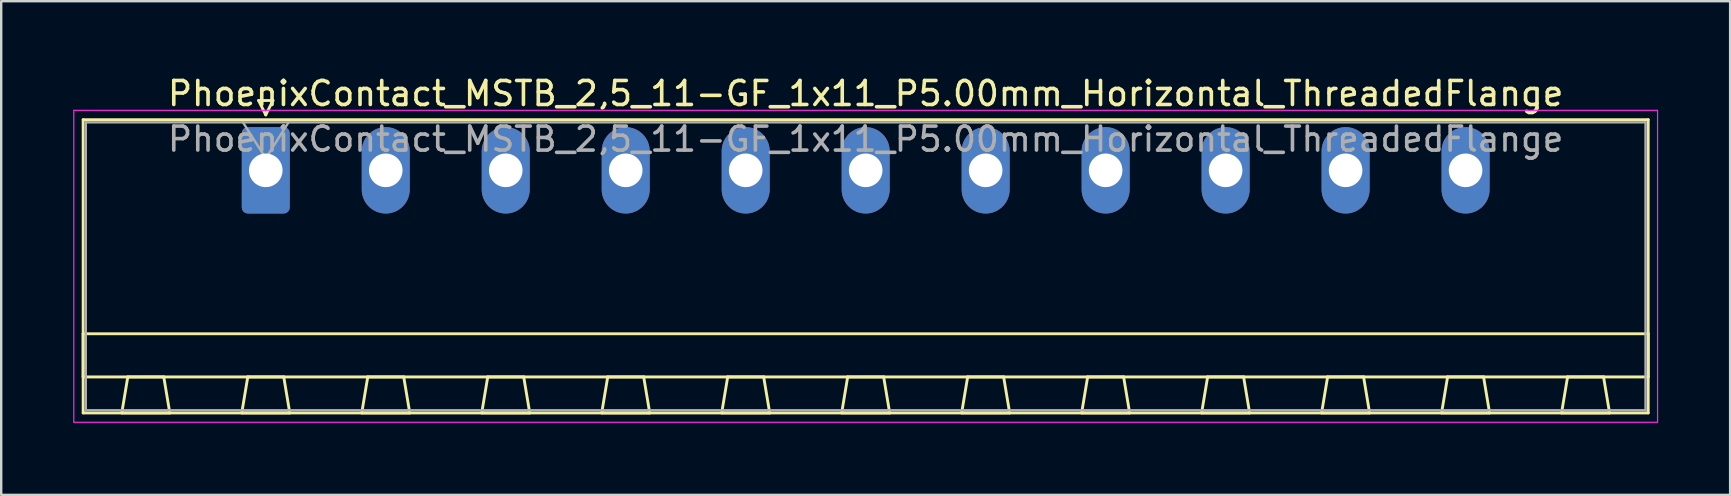
<source format=kicad_pcb>
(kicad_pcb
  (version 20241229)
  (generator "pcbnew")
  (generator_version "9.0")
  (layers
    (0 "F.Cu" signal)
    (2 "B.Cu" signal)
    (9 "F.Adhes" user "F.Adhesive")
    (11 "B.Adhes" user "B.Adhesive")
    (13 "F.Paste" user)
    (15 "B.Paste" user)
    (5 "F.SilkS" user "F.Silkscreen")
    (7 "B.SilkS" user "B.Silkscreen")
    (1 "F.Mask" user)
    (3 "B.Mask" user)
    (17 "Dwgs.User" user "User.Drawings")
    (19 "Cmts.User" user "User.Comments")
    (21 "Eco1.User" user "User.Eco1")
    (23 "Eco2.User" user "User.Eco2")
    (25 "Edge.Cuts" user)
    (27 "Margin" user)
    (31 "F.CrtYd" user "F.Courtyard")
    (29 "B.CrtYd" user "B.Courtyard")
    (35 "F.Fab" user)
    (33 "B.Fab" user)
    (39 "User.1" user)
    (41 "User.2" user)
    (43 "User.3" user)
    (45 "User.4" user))
  (footprint "PhoenixContact_MSTB_2,5_11-GF_1x11_P5.00mm_Horizontal_ThreadedFlange"
    (layer "F.Cu")
    (at 8.025 4.048)
    (property "Reference" "PhoenixContact_MSTB_2,5_11-GF_1x11_P5.00mm_Horizontal_ThreadedFlange" (at 25 -3.2 0) (layer "F.SilkS") (effects (font (size 1 1) (thickness 0.15))))
    (attr through_hole)
    (fp_line (start -7.61 -2.11) (end -7.61 10.11) (stroke (width 0.12) (type solid)) (layer "F.SilkS"))
    (fp_line (start -7.61 6.81) (end 57.61 6.81) (stroke (width 0.12) (type solid)) (layer "F.SilkS"))
    (fp_line (start -7.61 8.61) (end -7.61 6.81) (stroke (width 0.12) (type solid)) (layer "F.SilkS"))
    (fp_line (start -7.61 10.11) (end 57.61 10.11) (stroke (width 0.12) (type solid)) (layer "F.SilkS"))
    (fp_line (start -6 10.11) (end -4 10.11) (stroke (width 0.12) (type solid)) (layer "F.SilkS"))
    (fp_line (start -5.75 8.61) (end -6 10.11) (stroke (width 0.12) (type solid)) (layer "F.SilkS"))
    (fp_line (start -4.25 8.61) (end -5.75 8.61) (stroke (width 0.12) (type solid)) (layer "F.SilkS"))
    (fp_line (start -4 10.11) (end -4.25 8.61) (stroke (width 0.12) (type solid)) (layer "F.SilkS"))
    (fp_line (start -1 10.11) (end 1 10.11) (stroke (width 0.12) (type solid)) (layer "F.SilkS"))
    (fp_line (start -0.75 8.61) (end -1 10.11) (stroke (width 0.12) (type solid)) (layer "F.SilkS"))
    (fp_line (start -0.3 -2.91) (end 0.3 -2.91) (stroke (width 0.12) (type solid)) (layer "F.SilkS"))
    (fp_line (start 0 -2.31) (end -0.3 -2.91) (stroke (width 0.12) (type solid)) (layer "F.SilkS"))
    (fp_line (start 0.3 -2.91) (end 0 -2.31) (stroke (width 0.12) (type solid)) (layer "F.SilkS"))
    (fp_line (start 0.75 8.61) (end -0.75 8.61) (stroke (width 0.12) (type solid)) (layer "F.SilkS"))
    (fp_line (start 1 10.11) (end 0.75 8.61) (stroke (width 0.12) (type solid)) (layer "F.SilkS"))
    (fp_line (start 4 10.11) (end 6 10.11) (stroke (width 0.12) (type solid)) (layer "F.SilkS"))
    (fp_line (start 4.25 8.61) (end 4 10.11) (stroke (width 0.12) (type solid)) (layer "F.SilkS"))
    (fp_line (start 5.75 8.61) (end 4.25 8.61) (stroke (width 0.12) (type solid)) (layer "F.SilkS"))
    (fp_line (start 6 10.11) (end 5.75 8.61) (stroke (width 0.12) (type solid)) (layer "F.SilkS"))
    (fp_line (start 9 10.11) (end 11 10.11) (stroke (width 0.12) (type solid)) (layer "F.SilkS"))
    (fp_line (start 9.25 8.61) (end 9 10.11) (stroke (width 0.12) (type solid)) (layer "F.SilkS"))
    (fp_line (start 10.75 8.61) (end 9.25 8.61) (stroke (width 0.12) (type solid)) (layer "F.SilkS"))
    (fp_line (start 11 10.11) (end 10.75 8.61) (stroke (width 0.12) (type solid)) (layer "F.SilkS"))
    (fp_line (start 14 10.11) (end 16 10.11) (stroke (width 0.12) (type solid)) (layer "F.SilkS"))
    (fp_line (start 14.25 8.61) (end 14 10.11) (stroke (width 0.12) (type solid)) (layer "F.SilkS"))
    (fp_line (start 15.75 8.61) (end 14.25 8.61) (stroke (width 0.12) (type solid)) (layer "F.SilkS"))
    (fp_line (start 16 10.11) (end 15.75 8.61) (stroke (width 0.12) (type solid)) (layer "F.SilkS"))
    (fp_line (start 19 10.11) (end 21 10.11) (stroke (width 0.12) (type solid)) (layer "F.SilkS"))
    (fp_line (start 19.25 8.61) (end 19 10.11) (stroke (width 0.12) (type solid)) (layer "F.SilkS"))
    (fp_line (start 20.75 8.61) (end 19.25 8.61) (stroke (width 0.12) (type solid)) (layer "F.SilkS"))
    (fp_line (start 21 10.11) (end 20.75 8.61) (stroke (width 0.12) (type solid)) (layer "F.SilkS"))
    (fp_line (start 24 10.11) (end 26 10.11) (stroke (width 0.12) (type solid)) (layer "F.SilkS"))
    (fp_line (start 24.25 8.61) (end 24 10.11) (stroke (width 0.12) (type solid)) (layer "F.SilkS"))
    (fp_line (start 25.75 8.61) (end 24.25 8.61) (stroke (width 0.12) (type solid)) (layer "F.SilkS"))
    (fp_line (start 26 10.11) (end 25.75 8.61) (stroke (width 0.12) (type solid)) (layer "F.SilkS"))
    (fp_line (start 29 10.11) (end 31 10.11) (stroke (width 0.12) (type solid)) (layer "F.SilkS"))
    (fp_line (start 29.25 8.61) (end 29 10.11) (stroke (width 0.12) (type solid)) (layer "F.SilkS"))
    (fp_line (start 30.75 8.61) (end 29.25 8.61) (stroke (width 0.12) (type solid)) (layer "F.SilkS"))
    (fp_line (start 31 10.11) (end 30.75 8.61) (stroke (width 0.12) (type solid)) (layer "F.SilkS"))
    (fp_line (start 34 10.11) (end 36 10.11) (stroke (width 0.12) (type solid)) (layer "F.SilkS"))
    (fp_line (start 34.25 8.61) (end 34 10.11) (stroke (width 0.12) (type solid)) (layer "F.SilkS"))
    (fp_line (start 35.75 8.61) (end 34.25 8.61) (stroke (width 0.12) (type solid)) (layer "F.SilkS"))
    (fp_line (start 36 10.11) (end 35.75 8.61) (stroke (width 0.12) (type solid)) (layer "F.SilkS"))
    (fp_line (start 39 10.11) (end 41 10.11) (stroke (width 0.12) (type solid)) (layer "F.SilkS"))
    (fp_line (start 39.25 8.61) (end 39 10.11) (stroke (width 0.12) (type solid)) (layer "F.SilkS"))
    (fp_line (start 40.75 8.61) (end 39.25 8.61) (stroke (width 0.12) (type solid)) (layer "F.SilkS"))
    (fp_line (start 41 10.11) (end 40.75 8.61) (stroke (width 0.12) (type solid)) (layer "F.SilkS"))
    (fp_line (start 44 10.11) (end 46 10.11) (stroke (width 0.12) (type solid)) (layer "F.SilkS"))
    (fp_line (start 44.25 8.61) (end 44 10.11) (stroke (width 0.12) (type solid)) (layer "F.SilkS"))
    (fp_line (start 45.75 8.61) (end 44.25 8.61) (stroke (width 0.12) (type solid)) (layer "F.SilkS"))
    (fp_line (start 46 10.11) (end 45.75 8.61) (stroke (width 0.12) (type solid)) (layer "F.SilkS"))
    (fp_line (start 49 10.11) (end 51 10.11) (stroke (width 0.12) (type solid)) (layer "F.SilkS"))
    (fp_line (start 49.25 8.61) (end 49 10.11) (stroke (width 0.12) (type solid)) (layer "F.SilkS"))
    (fp_line (start 50.75 8.61) (end 49.25 8.61) (stroke (width 0.12) (type solid)) (layer "F.SilkS"))
    (fp_line (start 51 10.11) (end 50.75 8.61) (stroke (width 0.12) (type solid)) (layer "F.SilkS"))
    (fp_line (start 54 10.11) (end 56 10.11) (stroke (width 0.12) (type solid)) (layer "F.SilkS"))
    (fp_line (start 54.25 8.61) (end 54 10.11) (stroke (width 0.12) (type solid)) (layer "F.SilkS"))
    (fp_line (start 55.75 8.61) (end 54.25 8.61) (stroke (width 0.12) (type solid)) (layer "F.SilkS"))
    (fp_line (start 56 10.11) (end 55.75 8.61) (stroke (width 0.12) (type solid)) (layer "F.SilkS"))
    (fp_line (start 57.61 -2.11) (end -7.61 -2.11) (stroke (width 0.12) (type solid)) (layer "F.SilkS"))
    (fp_line (start 57.61 6.81) (end 57.61 8.61) (stroke (width 0.12) (type solid)) (layer "F.SilkS"))
    (fp_line (start 57.61 8.61) (end -7.61 8.61) (stroke (width 0.12) (type solid)) (layer "F.SilkS"))
    (fp_line (start 57.61 10.11) (end 57.61 -2.11) (stroke (width 0.12) (type solid)) (layer "F.SilkS"))
    (fp_line (start -8 -2.5) (end -8 10.5) (stroke (width 0.05) (type solid)) (layer "F.CrtYd"))
    (fp_line (start -8 10.5) (end 58 10.5) (stroke (width 0.05) (type solid)) (layer "F.CrtYd"))
    (fp_line (start 58 -2.5) (end -8 -2.5) (stroke (width 0.05) (type solid)) (layer "F.CrtYd"))
    (fp_line (start 58 10.5) (end 58 -2.5) (stroke (width 0.05) (type solid)) (layer "F.CrtYd"))
    (fp_line (start -7.5 -2) (end -7.5 10) (stroke (width 0.1) (type solid)) (layer "F.Fab"))
    (fp_line (start -7.5 10) (end 57.5 10) (stroke (width 0.1) (type solid)) (layer "F.Fab"))
    (fp_line (start 0 -0.5) (end -0.95 -2) (stroke (width 0.1) (type solid)) (layer "F.Fab"))
    (fp_line (start 0.95 -2) (end 0 -0.5) (stroke (width 0.1) (type solid)) (layer "F.Fab"))
    (fp_line (start 57.5 -2) (end -7.5 -2) (stroke (width 0.1) (type solid)) (layer "F.Fab"))
    (fp_line (start 57.5 10) (end 57.5 -2) (stroke (width 0.1) (type solid)) (layer "F.Fab"))
    (fp_text user "${REFERENCE}" (at 25 -1.3 0) (layer "F.Fab") (effects (font (size 1 1) (thickness 0.15))))
    (pad "1" thru_hole roundrect (at 0 0) (size 2 3.6) (drill 1.4) (layers "*.Cu" "*.Mask") (roundrect_rratio 0.125))
    (pad "2" thru_hole oval (at 5 0) (size 2 3.6) (drill 1.4) (layers "*.Cu" "*.Mask"))
    (pad "3" thru_hole oval (at 10 0) (size 2 3.6) (drill 1.4) (layers "*.Cu" "*.Mask"))
    (pad "4" thru_hole oval (at 15 0) (size 2 3.6) (drill 1.4) (layers "*.Cu" "*.Mask"))
    (pad "5" thru_hole oval (at 20 0) (size 2 3.6) (drill 1.4) (layers "*.Cu" "*.Mask"))
    (pad "6" thru_hole oval (at 25 0) (size 2 3.6) (drill 1.4) (layers "*.Cu" "*.Mask"))
    (pad "7" thru_hole oval (at 30 0) (size 2 3.6) (drill 1.4) (layers "*.Cu" "*.Mask"))
    (pad "8" thru_hole oval (at 35 0) (size 2 3.6) (drill 1.4) (layers "*.Cu" "*.Mask"))
    (pad "9" thru_hole oval (at 40 0) (size 2 3.6) (drill 1.4) (layers "*.Cu" "*.Mask"))
    (pad "10" thru_hole oval (at 45 0) (size 2 3.6) (drill 1.4) (layers "*.Cu" "*.Mask"))
    (pad "11" thru_hole oval (at 50 0) (size 2 3.6) (drill 1.4) (layers "*.Cu" "*.Mask")))
  (gr_rect
    (start -3 -3)
    (end 69.05 17.573)
    (stroke (width 0.1) (type default))
    (fill no)
    (layer "Edge.Cuts")))
</source>
